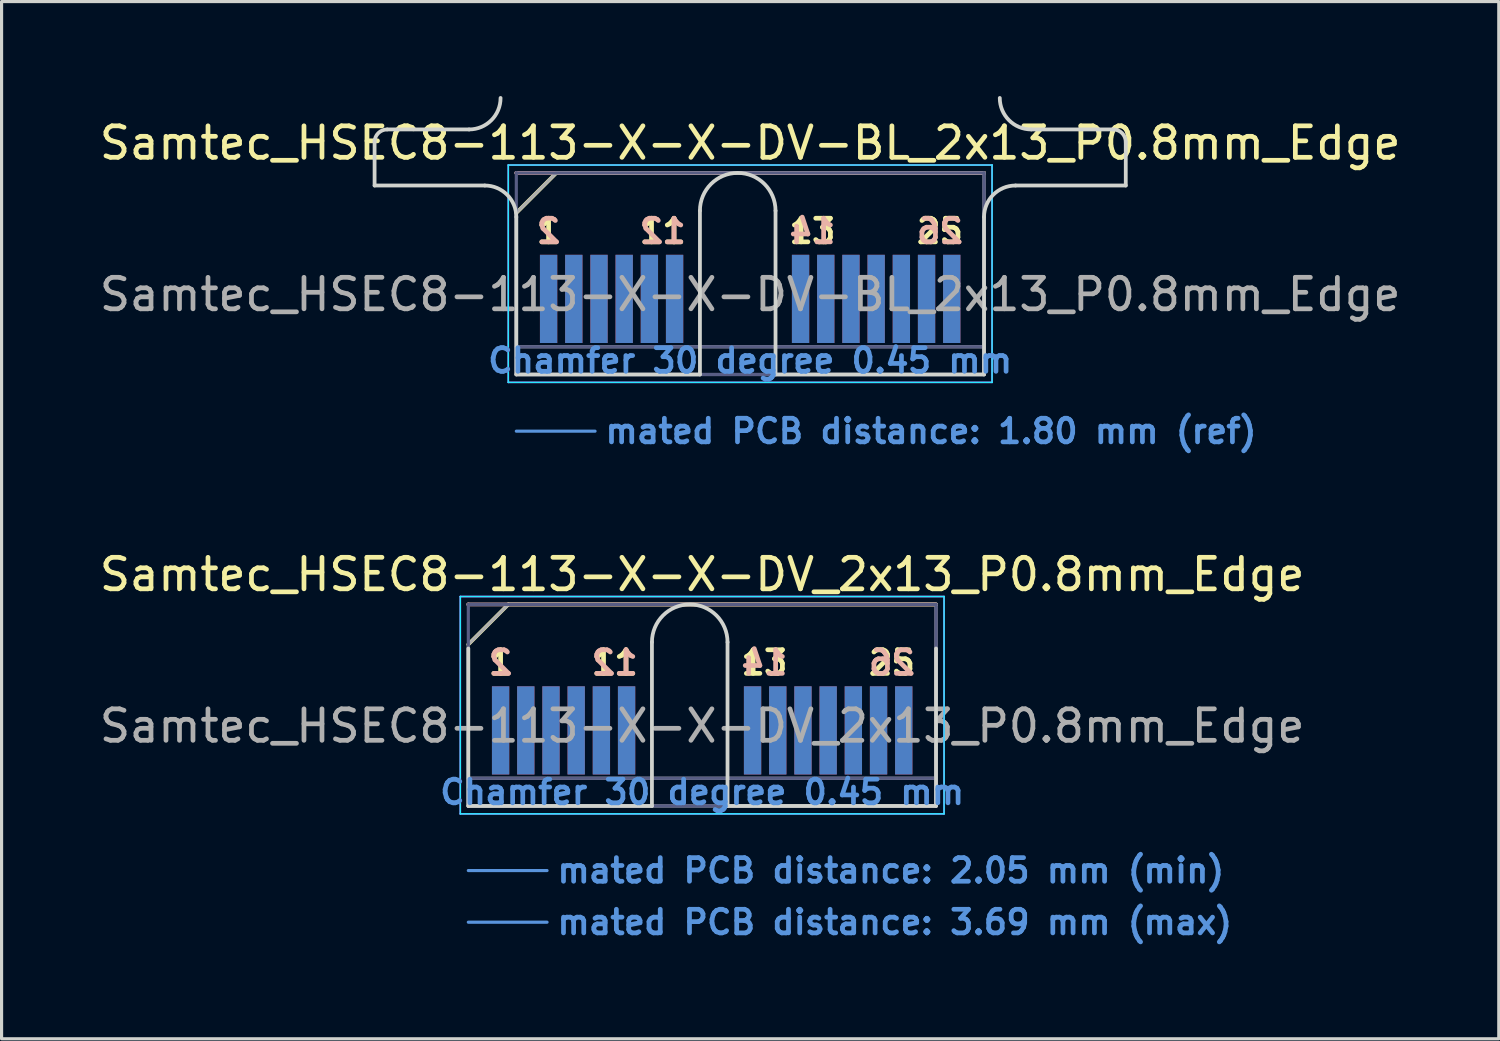
<source format=kicad_pcb>
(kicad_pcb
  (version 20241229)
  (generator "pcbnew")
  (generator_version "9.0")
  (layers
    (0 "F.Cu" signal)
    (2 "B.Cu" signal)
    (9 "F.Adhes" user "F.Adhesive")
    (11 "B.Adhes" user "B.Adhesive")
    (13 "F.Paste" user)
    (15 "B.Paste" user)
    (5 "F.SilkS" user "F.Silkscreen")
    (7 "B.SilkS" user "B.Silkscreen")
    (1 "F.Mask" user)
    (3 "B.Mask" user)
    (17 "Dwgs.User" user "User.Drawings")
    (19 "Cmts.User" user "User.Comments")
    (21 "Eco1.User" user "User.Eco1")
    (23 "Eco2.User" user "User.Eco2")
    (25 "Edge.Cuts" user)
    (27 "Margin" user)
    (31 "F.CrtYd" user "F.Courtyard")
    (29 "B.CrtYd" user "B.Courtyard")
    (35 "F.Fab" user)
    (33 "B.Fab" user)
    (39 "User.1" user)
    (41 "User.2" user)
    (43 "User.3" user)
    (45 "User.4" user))
  (footprint "Samtec_HSEC8-113-X-X-DV_2x13_P0.8mm_Edge"
    (layer "F.Cu")
    (at 19.244 22.54)
    (property "Reference" "Samtec_HSEC8-113-X-X-DV_2x13_P0.8mm_Edge" (at 0 -7.35 0) (layer "F.SilkS") (effects (font (size 1 1) (thickness 0.15))))
    (attr exclude_from_pos_files exclude_from_bom)
    (fp_line (start -7.425 -5.13) (end -6.155 -6.4) (stroke (width 0.12) (type solid)) (layer "F.SilkS"))
    (fp_line (start -6.155 -6.4) (end 7.425 -6.4) (stroke (width 0.12) (type solid)) (layer "F.SilkS"))
    (fp_line (start -7.425 -6.4) (end -7.425 -6.4) (stroke (width 0.12) (type solid)) (layer "B.SilkS"))
    (fp_line (start -7.425 -6.4) (end 7.425 -6.4) (stroke (width 0.12) (type solid)) (layer "B.SilkS"))
    (fp_line (start -7.425 2.05) (end -4.925 2.05) (stroke (width 0.1) (type solid)) (layer "Cmts.User"))
    (fp_line (start -7.425 3.69) (end -4.925 3.69) (stroke (width 0.1) (type solid)) (layer "Cmts.User"))
    (fp_line (start -7.425 -5) (end -7.425 0) (stroke (width 0.12) (type solid)) (layer "Edge.Cuts"))
    (fp_line (start -7.425 0) (end -1.595 0) (stroke (width 0.12) (type solid)) (layer "Edge.Cuts"))
    (fp_line (start -1.595 0) (end -1.595 -5.2) (stroke (width 0.12) (type solid)) (layer "Edge.Cuts"))
    (fp_line (start 0.805 -5.2) (end 0.805 0) (stroke (width 0.12) (type solid)) (layer "Edge.Cuts"))
    (fp_line (start 0.805 0) (end 7.425 0) (stroke (width 0.12) (type solid)) (layer "Edge.Cuts"))
    (fp_line (start 7.425 0) (end 7.425 -5) (stroke (width 0.12) (type solid)) (layer "Edge.Cuts"))
    (fp_arc (start -1.595 -5.2) (mid -0.395 -6.4) (end 0.805 -5.2) (stroke (width 0.12) (type solid)) (layer "Edge.Cuts"))
    (fp_line (start -7.68 -6.65) (end -7.68 0.25) (stroke (width 0.05) (type solid)) (layer "B.CrtYd"))
    (fp_line (start -7.68 0.25) (end 7.68 0.25) (stroke (width 0.05) (type solid)) (layer "B.CrtYd"))
    (fp_line (start 7.68 -6.65) (end -7.68 -6.65) (stroke (width 0.05) (type solid)) (layer "B.CrtYd"))
    (fp_line (start 7.68 0.25) (end 7.68 -6.65) (stroke (width 0.05) (type solid)) (layer "B.CrtYd"))
    (fp_line (start -7.68 -6.65) (end -7.68 0.25) (stroke (width 0.05) (type solid)) (layer "F.CrtYd"))
    (fp_line (start -7.68 0.25) (end 7.68 0.25) (stroke (width 0.05) (type solid)) (layer "F.CrtYd"))
    (fp_line (start 7.68 -6.65) (end -7.68 -6.65) (stroke (width 0.05) (type solid)) (layer "F.CrtYd"))
    (fp_line (start 7.68 0.25) (end 7.68 -6.65) (stroke (width 0.05) (type solid)) (layer "F.CrtYd"))
    (fp_line (start -7.425 -6.4) (end -7.425 -6.4) (stroke (width 0.1) (type solid)) (layer "B.Fab"))
    (fp_line (start -7.425 -6.4) (end -7.425 0) (stroke (width 0.1) (type solid)) (layer "B.Fab"))
    (fp_line (start -7.425 -6.4) (end 7.425 -6.4) (stroke (width 0.1) (type solid)) (layer "B.Fab"))
    (fp_line (start -7.425 -0.88) (end 7.425 -0.88) (stroke (width 0.1) (type solid)) (layer "B.Fab"))
    (fp_line (start -7.425 0) (end 7.425 0) (stroke (width 0.1) (type solid)) (layer "B.Fab"))
    (fp_line (start 7.425 -6.4) (end 7.425 0) (stroke (width 0.1) (type solid)) (layer "B.Fab"))
    (fp_line (start -7.425 -5.13) (end -7.425 0) (stroke (width 0.1) (type solid)) (layer "F.Fab"))
    (fp_line (start -7.425 -5.13) (end -6.155 -6.4) (stroke (width 0.1) (type solid)) (layer "F.Fab"))
    (fp_line (start -7.425 -0.88) (end 7.425 -0.88) (stroke (width 0.1) (type solid)) (layer "F.Fab"))
    (fp_line (start -7.425 0) (end 7.425 0) (stroke (width 0.1) (type solid)) (layer "F.Fab"))
    (fp_line (start -6.155 -6.4) (end 7.425 -6.4) (stroke (width 0.1) (type solid)) (layer "F.Fab"))
    (fp_line (start 7.425 -6.4) (end 7.425 0) (stroke (width 0.1) (type solid)) (layer "F.Fab"))
    (fp_text user "13" (at 1.975 -4.55 0) (layer "F.SilkS") (effects (font (size 0.75 0.75) (thickness 0.15))))
    (fp_text user "25" (at 6.025 -4.55 0) (layer "F.SilkS") (effects (font (size 0.75 0.75) (thickness 0.15))))
    (fp_text user "11" (at -2.775 -4.55 0) (layer "F.SilkS") (effects (font (size 0.75 0.75) (thickness 0.15))))
    (fp_text user "1" (at -6.4 -4.55 0) (layer "F.SilkS") (effects (font (size 0.75 0.75) (thickness 0.15))))
    (fp_text user "12" (at -2.775 -4.55 0) (layer "B.SilkS") (effects (font (size 0.75 0.75) (thickness 0.15)) (justify mirror)))
    (fp_text user "2" (at -6.4 -4.55 0) (layer "B.SilkS") (effects (font (size 0.75 0.75) (thickness 0.15)) (justify mirror)))
    (fp_text user "14" (at 1.975 -4.55 0) (layer "B.SilkS") (effects (font (size 0.75 0.75) (thickness 0.15)) (justify mirror)))
    (fp_text user "26" (at 6.025 -4.55 0) (layer "B.SilkS") (effects (font (size 0.75 0.75) (thickness 0.15)) (justify mirror)))
    (fp_text user "mated PCB distance: 2.05 mm (min)" (at -4.68 2.05 0) (layer "Cmts.User") (effects (font (size 0.75 0.75) (thickness 0.15)) (justify left)))
    (fp_text user "Chamfer 30 degree 0.45 mm" (at 0 -0.44 0) (layer "Cmts.User") (effects (font (size 0.75 0.75) (thickness 0.15))))
    (fp_text user "mated PCB distance: 3.69 mm (max)" (at -4.68 3.69 0) (layer "Cmts.User") (effects (font (size 0.75 0.75) (thickness 0.15)) (justify left)))
    (fp_text user "${REFERENCE}" (at 0 -2.54 0) (layer "F.Fab") (effects (font (size 1 1) (thickness 0.15))))
    (pad "1" connect rect (at -6.4 -2.4) (size 0.55 2.8) (layers "F.Cu" "F.Mask"))
    (pad "2" connect rect (at -6.4 -2.4) (size 0.55 2.8) (layers "B.Cu" "B.Mask"))
    (pad "3" connect rect (at -5.6 -2.4) (size 0.55 2.8) (layers "F.Cu" "F.Mask"))
    (pad "4" connect rect (at -5.6 -2.4) (size 0.55 2.8) (layers "B.Cu" "B.Mask"))
    (pad "5" connect rect (at -4.8 -2.4) (size 0.55 2.8) (layers "F.Cu" "F.Mask"))
    (pad "6" connect rect (at -4.8 -2.4) (size 0.55 2.8) (layers "B.Cu" "B.Mask"))
    (pad "7" connect rect (at -4 -2.4) (size 0.55 2.8) (layers "F.Cu" "F.Mask"))
    (pad "8" connect rect (at -4 -2.4) (size 0.55 2.8) (layers "B.Cu" "B.Mask"))
    (pad "9" connect rect (at -3.2 -2.4) (size 0.55 2.8) (layers "F.Cu" "F.Mask"))
    (pad "10" connect rect (at -3.2 -2.4) (size 0.55 2.8) (layers "B.Cu" "B.Mask"))
    (pad "11" connect rect (at -2.4 -2.4) (size 0.55 2.8) (layers "F.Cu" "F.Mask"))
    (pad "12" connect rect (at -2.4 -2.4) (size 0.55 2.8) (layers "B.Cu" "B.Mask"))
    (pad "13" connect rect (at 1.6 -2.4) (size 0.55 2.8) (layers "F.Cu" "F.Mask"))
    (pad "14" connect rect (at 1.6 -2.4) (size 0.55 2.8) (layers "B.Cu" "B.Mask"))
    (pad "15" connect rect (at 2.4 -2.4) (size 0.55 2.8) (layers "F.Cu" "F.Mask"))
    (pad "16" connect rect (at 2.4 -2.4) (size 0.55 2.8) (layers "B.Cu" "B.Mask"))
    (pad "17" connect rect (at 3.2 -2.4) (size 0.55 2.8) (layers "F.Cu" "F.Mask"))
    (pad "18" connect rect (at 3.2 -2.4) (size 0.55 2.8) (layers "B.Cu" "B.Mask"))
    (pad "19" connect rect (at 4 -2.4) (size 0.55 2.8) (layers "F.Cu" "F.Mask"))
    (pad "20" connect rect (at 4 -2.4) (size 0.55 2.8) (layers "B.Cu" "B.Mask"))
    (pad "21" connect rect (at 4.8 -2.4) (size 0.55 2.8) (layers "F.Cu" "F.Mask"))
    (pad "22" connect rect (at 4.8 -2.4) (size 0.55 2.8) (layers "B.Cu" "B.Mask"))
    (pad "23" connect rect (at 5.6 -2.4) (size 0.55 2.8) (layers "F.Cu" "F.Mask"))
    (pad "24" connect rect (at 5.6 -2.4) (size 0.55 2.8) (layers "B.Cu" "B.Mask"))
    (pad "25" connect rect (at 6.4 -2.4) (size 0.55 2.8) (layers "F.Cu" "F.Mask"))
    (pad "26" connect rect (at 6.4 -2.4) (size 0.55 2.8) (layers "B.Cu" "B.Mask")))
  (footprint "Samtec_HSEC8-113-X-X-DV-BL_2x13_P0.8mm_Edge"
    (layer "F.Cu")
    (at 20.768 8.84)
    (property "Reference" "Samtec_HSEC8-113-X-X-DV-BL_2x13_P0.8mm_Edge" (at 0 -7.35 0) (layer "F.SilkS") (effects (font (size 1 1) (thickness 0.15))))
    (attr exclude_from_pos_files exclude_from_bom)
    (fp_line (start -7.425 -5.13) (end -6.155 -6.4) (stroke (width 0.12) (type solid)) (layer "F.SilkS"))
    (fp_line (start -6.155 -6.4) (end 7.425 -6.4) (stroke (width 0.12) (type solid)) (layer "F.SilkS"))
    (fp_line (start -7.425 -6.4) (end -7.425 -6.4) (stroke (width 0.12) (type solid)) (layer "B.SilkS"))
    (fp_line (start -7.425 -6.4) (end 7.425 -6.4) (stroke (width 0.12) (type solid)) (layer "B.SilkS"))
    (fp_line (start -7.425 1.8) (end -4.925 1.8) (stroke (width 0.1) (type solid)) (layer "Cmts.User"))
    (fp_line (start -11.925 -6) (end -11.925 -7.38) (stroke (width 0.12) (type solid)) (layer "Edge.Cuts"))
    (fp_line (start -11.525 -7.78) (end -8.925 -7.78) (stroke (width 0.12) (type solid)) (layer "Edge.Cuts"))
    (fp_line (start -8.425 -6) (end -11.925 -6) (stroke (width 0.12) (type solid)) (layer "Edge.Cuts"))
    (fp_line (start -7.425 -5) (end -7.425 0) (stroke (width 0.12) (type solid)) (layer "Edge.Cuts"))
    (fp_line (start -7.425 0) (end -1.595 0) (stroke (width 0.12) (type solid)) (layer "Edge.Cuts"))
    (fp_line (start -1.595 0) (end -1.595 -5.2) (stroke (width 0.12) (type solid)) (layer "Edge.Cuts"))
    (fp_line (start 0.805 -5.2) (end 0.805 0) (stroke (width 0.12) (type solid)) (layer "Edge.Cuts"))
    (fp_line (start 0.805 0) (end 7.425 0) (stroke (width 0.12) (type solid)) (layer "Edge.Cuts"))
    (fp_line (start 7.425 0) (end 7.425 -5) (stroke (width 0.12) (type solid)) (layer "Edge.Cuts"))
    (fp_line (start 8.425 -6) (end 11.925 -6) (stroke (width 0.12) (type solid)) (layer "Edge.Cuts"))
    (fp_line (start 11.525 -7.78) (end 8.925 -7.78) (stroke (width 0.12) (type solid)) (layer "Edge.Cuts"))
    (fp_line (start 11.925 -6) (end 11.925 -7.38) (stroke (width 0.12) (type solid)) (layer "Edge.Cuts"))
    (fp_arc (start -11.925 -7.38) (mid -11.807843 -7.662843) (end -11.525 -7.78) (stroke (width 0.12) (type solid)) (layer "Edge.Cuts"))
    (fp_arc (start -8.425 -6) (mid -7.717893 -5.707107) (end -7.425 -5) (stroke (width 0.12) (type solid)) (layer "Edge.Cuts"))
    (fp_arc (start -7.925 -8.78) (mid -8.217893 -8.072893) (end -8.925 -7.78) (stroke (width 0.12) (type solid)) (layer "Edge.Cuts"))
    (fp_arc (start -1.595 -5.2) (mid -0.395 -6.4) (end 0.805 -5.2) (stroke (width 0.12) (type solid)) (layer "Edge.Cuts"))
    (fp_arc (start 7.425 -5) (mid 7.717893 -5.707107) (end 8.425 -6) (stroke (width 0.12) (type solid)) (layer "Edge.Cuts"))
    (fp_arc (start 8.925 -7.78) (mid 8.217893 -8.072893) (end 7.925 -8.78) (stroke (width 0.12) (type solid)) (layer "Edge.Cuts"))
    (fp_arc (start 11.525 -7.78) (mid 11.807843 -7.662843) (end 11.925 -7.38) (stroke (width 0.12) (type solid)) (layer "Edge.Cuts"))
    (fp_line (start -7.68 -6.65) (end -7.68 0.25) (stroke (width 0.05) (type solid)) (layer "B.CrtYd"))
    (fp_line (start -7.68 0.25) (end 7.68 0.25) (stroke (width 0.05) (type solid)) (layer "B.CrtYd"))
    (fp_line (start 7.68 -6.65) (end -7.68 -6.65) (stroke (width 0.05) (type solid)) (layer "B.CrtYd"))
    (fp_line (start 7.68 0.25) (end 7.68 -6.65) (stroke (width 0.05) (type solid)) (layer "B.CrtYd"))
    (fp_line (start -7.68 -6.65) (end -7.68 0.25) (stroke (width 0.05) (type solid)) (layer "F.CrtYd"))
    (fp_line (start -7.68 0.25) (end 7.68 0.25) (stroke (width 0.05) (type solid)) (layer "F.CrtYd"))
    (fp_line (start 7.68 -6.65) (end -7.68 -6.65) (stroke (width 0.05) (type solid)) (layer "F.CrtYd"))
    (fp_line (start 7.68 0.25) (end 7.68 -6.65) (stroke (width 0.05) (type solid)) (layer "F.CrtYd"))
    (fp_line (start -7.425 -6.4) (end -7.425 -6.4) (stroke (width 0.1) (type solid)) (layer "B.Fab"))
    (fp_line (start -7.425 -6.4) (end -7.425 0) (stroke (width 0.1) (type solid)) (layer "B.Fab"))
    (fp_line (start -7.425 -6.4) (end 7.425 -6.4) (stroke (width 0.1) (type solid)) (layer "B.Fab"))
    (fp_line (start -7.425 -0.88) (end 7.425 -0.88) (stroke (width 0.1) (type solid)) (layer "B.Fab"))
    (fp_line (start -7.425 0) (end 7.425 0) (stroke (width 0.1) (type solid)) (layer "B.Fab"))
    (fp_line (start 7.425 -6.4) (end 7.425 0) (stroke (width 0.1) (type solid)) (layer "B.Fab"))
    (fp_line (start -7.425 -5.13) (end -7.425 0) (stroke (width 0.1) (type solid)) (layer "F.Fab"))
    (fp_line (start -7.425 -5.13) (end -6.155 -6.4) (stroke (width 0.1) (type solid)) (layer "F.Fab"))
    (fp_line (start -7.425 -0.88) (end 7.425 -0.88) (stroke (width 0.1) (type solid)) (layer "F.Fab"))
    (fp_line (start -7.425 0) (end 7.425 0) (stroke (width 0.1) (type solid)) (layer "F.Fab"))
    (fp_line (start -6.155 -6.4) (end 7.425 -6.4) (stroke (width 0.1) (type solid)) (layer "F.Fab"))
    (fp_line (start 7.425 -6.4) (end 7.425 0) (stroke (width 0.1) (type solid)) (layer "F.Fab"))
    (fp_text user "25" (at 6.025 -4.55 0) (layer "F.SilkS") (effects (font (size 0.75 0.75) (thickness 0.15))))
    (fp_text user "11" (at -2.775 -4.55 0) (layer "F.SilkS") (effects (font (size 0.75 0.75) (thickness 0.15))))
    (fp_text user "13" (at 1.975 -4.55 0) (layer "F.SilkS") (effects (font (size 0.75 0.75) (thickness 0.15))))
    (fp_text user "1" (at -6.4 -4.55 0) (layer "F.SilkS") (effects (font (size 0.75 0.75) (thickness 0.15))))
    (fp_text user "2" (at -6.4 -4.55 0) (layer "B.SilkS") (effects (font (size 0.75 0.75) (thickness 0.15)) (justify mirror)))
    (fp_text user "12" (at -2.775 -4.55 0) (layer "B.SilkS") (effects (font (size 0.75 0.75) (thickness 0.15)) (justify mirror)))
    (fp_text user "14" (at 1.975 -4.55 0) (layer "B.SilkS") (effects (font (size 0.75 0.75) (thickness 0.15)) (justify mirror)))
    (fp_text user "26" (at 6.025 -4.55 0) (layer "B.SilkS") (effects (font (size 0.75 0.75) (thickness 0.15)) (justify mirror)))
    (fp_text user "Chamfer 30 degree 0.45 mm" (at 0 -0.44 0) (layer "Cmts.User") (effects (font (size 0.75 0.75) (thickness 0.15))))
    (fp_text user "mated PCB distance: 1.80 mm (ref)" (at -4.68 1.8 0) (layer "Cmts.User") (effects (font (size 0.75 0.75) (thickness 0.15)) (justify left)))
    (fp_text user "${REFERENCE}" (at 0 -2.54 0) (layer "F.Fab") (effects (font (size 1 1) (thickness 0.15))))
    (pad "1" connect rect (at -6.4 -2.4) (size 0.55 2.8) (layers "F.Cu" "F.Mask"))
    (pad "2" connect rect (at -6.4 -2.4) (size 0.55 2.8) (layers "B.Cu" "B.Mask"))
    (pad "3" connect rect (at -5.6 -2.4) (size 0.55 2.8) (layers "F.Cu" "F.Mask"))
    (pad "4" connect rect (at -5.6 -2.4) (size 0.55 2.8) (layers "B.Cu" "B.Mask"))
    (pad "5" connect rect (at -4.8 -2.4) (size 0.55 2.8) (layers "F.Cu" "F.Mask"))
    (pad "6" connect rect (at -4.8 -2.4) (size 0.55 2.8) (layers "B.Cu" "B.Mask"))
    (pad "7" connect rect (at -4 -2.4) (size 0.55 2.8) (layers "F.Cu" "F.Mask"))
    (pad "8" connect rect (at -4 -2.4) (size 0.55 2.8) (layers "B.Cu" "B.Mask"))
    (pad "9" connect rect (at -3.2 -2.4) (size 0.55 2.8) (layers "F.Cu" "F.Mask"))
    (pad "10" connect rect (at -3.2 -2.4) (size 0.55 2.8) (layers "B.Cu" "B.Mask"))
    (pad "11" connect rect (at -2.4 -2.4) (size 0.55 2.8) (layers "F.Cu" "F.Mask"))
    (pad "12" connect rect (at -2.4 -2.4) (size 0.55 2.8) (layers "B.Cu" "B.Mask"))
    (pad "13" connect rect (at 1.6 -2.4) (size 0.55 2.8) (layers "F.Cu" "F.Mask"))
    (pad "14" connect rect (at 1.6 -2.4) (size 0.55 2.8) (layers "B.Cu" "B.Mask"))
    (pad "15" connect rect (at 2.4 -2.4) (size 0.55 2.8) (layers "F.Cu" "F.Mask"))
    (pad "16" connect rect (at 2.4 -2.4) (size 0.55 2.8) (layers "B.Cu" "B.Mask"))
    (pad "17" connect rect (at 3.2 -2.4) (size 0.55 2.8) (layers "F.Cu" "F.Mask"))
    (pad "18" connect rect (at 3.2 -2.4) (size 0.55 2.8) (layers "B.Cu" "B.Mask"))
    (pad "19" connect rect (at 4 -2.4) (size 0.55 2.8) (layers "F.Cu" "F.Mask"))
    (pad "20" connect rect (at 4 -2.4) (size 0.55 2.8) (layers "B.Cu" "B.Mask"))
    (pad "21" connect rect (at 4.8 -2.4) (size 0.55 2.8) (layers "F.Cu" "F.Mask"))
    (pad "22" connect rect (at 4.8 -2.4) (size 0.55 2.8) (layers "B.Cu" "B.Mask"))
    (pad "23" connect rect (at 5.6 -2.4) (size 0.55 2.8) (layers "F.Cu" "F.Mask"))
    (pad "24" connect rect (at 5.6 -2.4) (size 0.55 2.8) (layers "B.Cu" "B.Mask"))
    (pad "25" connect rect (at 6.4 -2.4) (size 0.55 2.8) (layers "F.Cu" "F.Mask"))
    (pad "26" connect rect (at 6.4 -2.4) (size 0.55 2.8) (layers "B.Cu" "B.Mask")))
  (gr_rect
    (start -3 -3)
    (end 44.536 29.932)
    (stroke (width 0.1) (type default))
    (fill no)
    (layer "Edge.Cuts")))
</source>
